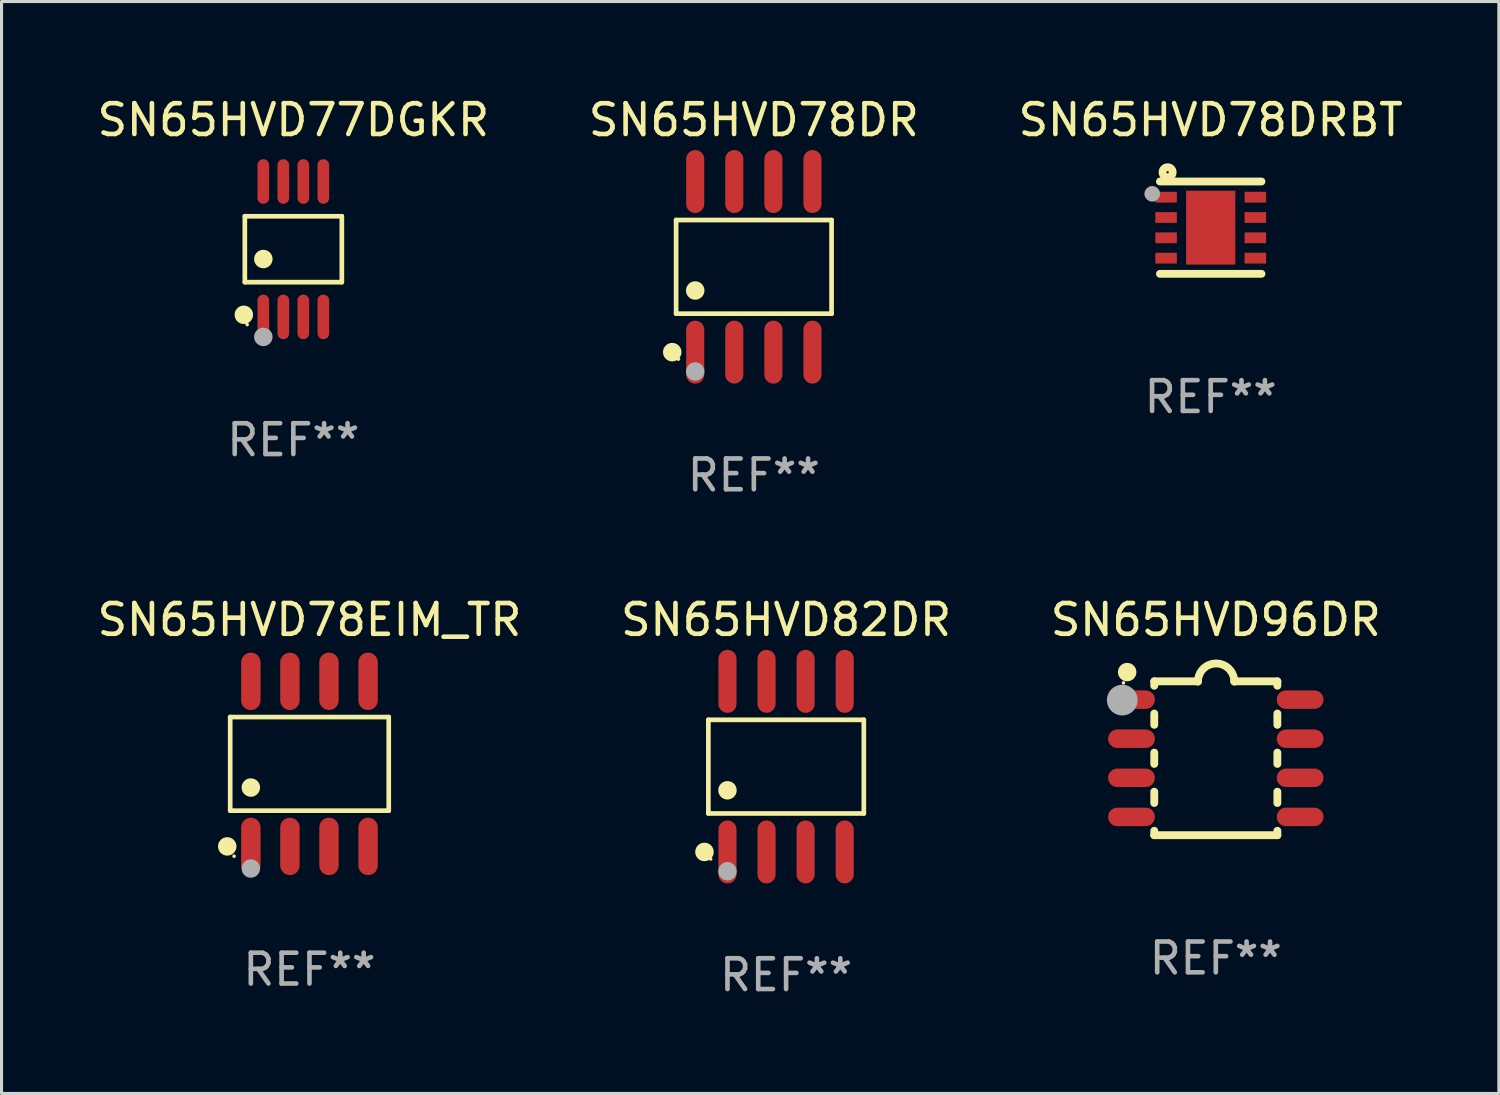
<source format=kicad_pcb>
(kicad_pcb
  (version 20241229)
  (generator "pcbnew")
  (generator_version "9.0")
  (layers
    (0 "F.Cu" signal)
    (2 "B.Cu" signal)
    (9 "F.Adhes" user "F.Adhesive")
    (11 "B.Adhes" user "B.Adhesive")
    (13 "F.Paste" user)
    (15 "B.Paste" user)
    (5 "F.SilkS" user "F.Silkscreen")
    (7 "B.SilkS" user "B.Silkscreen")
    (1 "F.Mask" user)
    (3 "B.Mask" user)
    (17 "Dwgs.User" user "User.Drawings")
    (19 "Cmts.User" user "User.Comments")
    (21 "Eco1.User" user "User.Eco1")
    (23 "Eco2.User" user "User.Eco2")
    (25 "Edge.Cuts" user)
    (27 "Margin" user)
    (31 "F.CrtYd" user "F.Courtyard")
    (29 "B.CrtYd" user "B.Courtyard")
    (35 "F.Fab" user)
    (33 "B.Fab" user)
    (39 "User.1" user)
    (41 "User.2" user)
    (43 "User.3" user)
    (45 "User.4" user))
  (footprint "SN65HVD78EIM_TR"
    (layer "F.Cu")
    (at 7.006 21.772)
    (property "Reference" "SN65HVD78EIM_TR" (at 0 -4.682 0) (layer "F.SilkS") (effects (font (size 1 1) (thickness 0.15))))
    (attr through_hole)
    (fp_line (start -2.576 -1.521) (end 2.576 -1.521) (stroke (width 0.152) (type solid)) (layer "F.SilkS"))
    (fp_line (start -2.576 1.521) (end -2.576 -1.521) (stroke (width 0.152) (type solid)) (layer "F.SilkS"))
    (fp_line (start 2.576 -1.521) (end 2.576 1.521) (stroke (width 0.152) (type solid)) (layer "F.SilkS"))
    (fp_line (start 2.576 1.521) (end -2.576 1.521) (stroke (width 0.152) (type solid)) (layer "F.SilkS"))
    (fp_circle (center -2.672 2.682) (end -2.522 2.682) (stroke (width 0.3) (type solid)) (fill no) (layer "F.SilkS"))
    (fp_circle (center -2.45 3) (end -2.42 3) (stroke (width 0.06) (type solid)) (fill no) (layer "F.SilkS"))
    (fp_circle (center -1.905 0.769) (end -1.755 0.769) (stroke (width 0.3) (type solid)) (fill no) (layer "F.SilkS"))
    (fp_circle (center -1.905 3.4) (end -1.755 3.4) (stroke (width 0.3) (type solid)) (fill no) (layer "F.Fab"))
    (fp_text user "REF**" (at 0 6.682 0) (layer "F.Fab") (effects (font (size 1 1) (thickness 0.15))))
    (pad "1" smd oval (at -1.905 2.682) (size 0.63 1.865) (layers "F.Cu" "F.Mask" "F.Paste"))
    (pad "2" smd oval (at -0.635 2.682) (size 0.63 1.865) (layers "F.Cu" "F.Mask" "F.Paste"))
    (pad "3" smd oval (at 0.635 2.682) (size 0.63 1.865) (layers "F.Cu" "F.Mask" "F.Paste"))
    (pad "4" smd oval (at 1.905 2.682) (size 0.63 1.865) (layers "F.Cu" "F.Mask" "F.Paste"))
    (pad "5" smd oval (at 1.905 -2.682) (size 0.63 1.865) (layers "F.Cu" "F.Mask" "F.Paste"))
    (pad "6" smd oval (at 0.635 -2.682) (size 0.63 1.865) (layers "F.Cu" "F.Mask" "F.Paste"))
    (pad "7" smd oval (at -0.635 -2.682) (size 0.63 1.865) (layers "F.Cu" "F.Mask" "F.Paste"))
    (pad "8" smd oval (at -1.905 -2.682) (size 0.63 1.865) (layers "F.Cu" "F.Mask" "F.Paste")))
  (footprint "SN65HVD77DGKR"
    (layer "F.Cu")
    (at 6.482 5.048)
    (property "Reference" "SN65HVD77DGKR" (at 0 -4.2 0) (layer "F.SilkS") (effects (font (size 1 1) (thickness 0.15))))
    (attr through_hole)
    (fp_line (start -1.576 -1.071) (end 1.576 -1.071) (stroke (width 0.152) (type solid)) (layer "F.SilkS"))
    (fp_line (start -1.576 1.071) (end -1.576 -1.071) (stroke (width 0.152) (type solid)) (layer "F.SilkS"))
    (fp_line (start 1.576 -1.071) (end 1.576 1.071) (stroke (width 0.152) (type solid)) (layer "F.SilkS"))
    (fp_line (start 1.576 1.071) (end -1.576 1.071) (stroke (width 0.152) (type solid)) (layer "F.SilkS"))
    (fp_circle (center -1.609 2.131) (end -1.459 2.131) (stroke (width 0.3) (type solid)) (fill no) (layer "F.SilkS"))
    (fp_circle (center -1.5 2.45) (end -1.47 2.45) (stroke (width 0.06) (type solid)) (fill no) (layer "F.SilkS"))
    (fp_circle (center -0.975 0.319) (end -0.825 0.319) (stroke (width 0.3) (type solid)) (fill no) (layer "F.SilkS"))
    (fp_circle (center -0.975 2.85) (end -0.825 2.85) (stroke (width 0.3) (type solid)) (fill no) (layer "F.Fab"))
    (fp_text user "REF**" (at 0 6.2 0) (layer "F.Fab") (effects (font (size 1 1) (thickness 0.15))))
    (pad "1" smd oval (at -0.975 2.2) (size 0.38 1.45) (layers "F.Cu" "F.Mask" "F.Paste"))
    (pad "2" smd oval (at -0.325 2.2) (size 0.38 1.45) (layers "F.Cu" "F.Mask" "F.Paste"))
    (pad "3" smd oval (at 0.325 2.2) (size 0.38 1.45) (layers "F.Cu" "F.Mask" "F.Paste"))
    (pad "4" smd oval (at 0.975 2.2) (size 0.38 1.45) (layers "F.Cu" "F.Mask" "F.Paste"))
    (pad "5" smd oval (at 0.975 -2.2) (size 0.38 1.45) (layers "F.Cu" "F.Mask" "F.Paste"))
    (pad "6" smd oval (at 0.325 -2.2) (size 0.38 1.45) (layers "F.Cu" "F.Mask" "F.Paste"))
    (pad "7" smd oval (at -0.325 -2.2) (size 0.38 1.45) (layers "F.Cu" "F.Mask" "F.Paste"))
    (pad "8" smd oval (at -0.975 -2.2) (size 0.38 1.45) (layers "F.Cu" "F.Mask" "F.Paste")))
  (footprint "SN65HVD78DR"
    (layer "F.Cu")
    (at 21.446 5.621)
    (property "Reference" "SN65HVD78DR" (at 0 -4.772 0) (layer "F.SilkS") (effects (font (size 1 1) (thickness 0.15))))
    (attr through_hole)
    (fp_line (start -2.526 -1.521) (end 2.526 -1.521) (stroke (width 0.152) (type solid)) (layer "F.SilkS"))
    (fp_line (start -2.526 1.521) (end -2.526 -1.521) (stroke (width 0.152) (type solid)) (layer "F.SilkS"))
    (fp_line (start 2.526 -1.521) (end 2.526 1.521) (stroke (width 0.152) (type solid)) (layer "F.SilkS"))
    (fp_line (start 2.526 1.521) (end -2.526 1.521) (stroke (width 0.152) (type solid)) (layer "F.SilkS"))
    (fp_circle (center -2.652 2.772) (end -2.501 2.772) (stroke (width 0.3) (type solid)) (fill no) (layer "F.SilkS"))
    (fp_circle (center -2.45 3) (end -2.42 3) (stroke (width 0.06) (type solid)) (fill no) (layer "F.SilkS"))
    (fp_circle (center -1.905 0.769) (end -1.755 0.769) (stroke (width 0.3) (type solid)) (fill no) (layer "F.SilkS"))
    (fp_circle (center -1.905 3.4) (end -1.755 3.4) (stroke (width 0.3) (type solid)) (fill no) (layer "F.Fab"))
    (fp_text user "REF**" (at 0 6.772 0) (layer "F.Fab") (effects (font (size 1 1) (thickness 0.15))))
    (pad "1" smd oval (at -1.905 2.772) (size 0.588 2.045) (layers "F.Cu" "F.Mask" "F.Paste"))
    (pad "2" smd oval (at -0.635 2.772) (size 0.588 2.045) (layers "F.Cu" "F.Mask" "F.Paste"))
    (pad "3" smd oval (at 0.635 2.772) (size 0.588 2.045) (layers "F.Cu" "F.Mask" "F.Paste"))
    (pad "4" smd oval (at 1.905 2.772) (size 0.588 2.045) (layers "F.Cu" "F.Mask" "F.Paste"))
    (pad "5" smd oval (at 1.905 -2.772) (size 0.588 2.045) (layers "F.Cu" "F.Mask" "F.Paste"))
    (pad "6" smd oval (at 0.635 -2.772) (size 0.588 2.045) (layers "F.Cu" "F.Mask" "F.Paste"))
    (pad "7" smd oval (at -0.635 -2.772) (size 0.588 2.045) (layers "F.Cu" "F.Mask" "F.Paste"))
    (pad "8" smd oval (at -1.905 -2.772) (size 0.588 2.045) (layers "F.Cu" "F.Mask" "F.Paste")))
  (footprint "SN65HVD82DR"
    (layer "F.Cu")
    (at 22.494 21.862)
    (property "Reference" "SN65HVD82DR" (at 0 -4.772 0) (layer "F.SilkS") (effects (font (size 1 1) (thickness 0.15))))
    (attr through_hole)
    (fp_line (start -2.526 -1.521) (end 2.526 -1.521) (stroke (width 0.152) (type solid)) (layer "F.SilkS"))
    (fp_line (start -2.526 1.521) (end -2.526 -1.521) (stroke (width 0.152) (type solid)) (layer "F.SilkS"))
    (fp_line (start 2.526 -1.521) (end 2.526 1.521) (stroke (width 0.152) (type solid)) (layer "F.SilkS"))
    (fp_line (start 2.526 1.521) (end -2.526 1.521) (stroke (width 0.152) (type solid)) (layer "F.SilkS"))
    (fp_circle (center -2.652 2.772) (end -2.501 2.772) (stroke (width 0.3) (type solid)) (fill no) (layer "F.SilkS"))
    (fp_circle (center -2.45 3) (end -2.42 3) (stroke (width 0.06) (type solid)) (fill no) (layer "F.SilkS"))
    (fp_circle (center -1.905 0.769) (end -1.755 0.769) (stroke (width 0.3) (type solid)) (fill no) (layer "F.SilkS"))
    (fp_circle (center -1.905 3.4) (end -1.755 3.4) (stroke (width 0.3) (type solid)) (fill no) (layer "F.Fab"))
    (fp_text user "REF**" (at 0 6.772 0) (layer "F.Fab") (effects (font (size 1 1) (thickness 0.15))))
    (pad "1" smd oval (at -1.905 2.772) (size 0.588 2.045) (layers "F.Cu" "F.Mask" "F.Paste"))
    (pad "2" smd oval (at -0.635 2.772) (size 0.588 2.045) (layers "F.Cu" "F.Mask" "F.Paste"))
    (pad "3" smd oval (at 0.635 2.772) (size 0.588 2.045) (layers "F.Cu" "F.Mask" "F.Paste"))
    (pad "4" smd oval (at 1.905 2.772) (size 0.588 2.045) (layers "F.Cu" "F.Mask" "F.Paste"))
    (pad "5" smd oval (at 1.905 -2.772) (size 0.588 2.045) (layers "F.Cu" "F.Mask" "F.Paste"))
    (pad "6" smd oval (at 0.635 -2.772) (size 0.588 2.045) (layers "F.Cu" "F.Mask" "F.Paste"))
    (pad "7" smd oval (at -0.635 -2.772) (size 0.588 2.045) (layers "F.Cu" "F.Mask" "F.Paste"))
    (pad "8" smd oval (at -1.905 -2.772) (size 0.588 2.045) (layers "F.Cu" "F.Mask" "F.Paste")))
  (footprint "SN65HVD78DRBT"
    (layer "F.Cu")
    (at 36.292 4.348)
    (property "Reference" "SN65HVD78DRBT" (at 0 -3.5 0) (layer "F.SilkS") (effects (font (size 1 1) (thickness 0.15))))
    (attr through_hole)
    (fp_line (start -1.65 -1.5) (end 1.65 -1.5) (stroke (width 0.254) (type solid)) (layer "F.SilkS"))
    (fp_line (start -1.65 1.5) (end 1.65 1.5) (stroke (width 0.254) (type solid)) (layer "F.SilkS"))
    (fp_circle (center -1.5 -1.5) (end -1.47 -1.5) (stroke (width 0.06) (type solid)) (fill no) (layer "F.SilkS"))
    (fp_circle (center -1.4 -1.8) (end -1.235 -1.8) (stroke (width 0.254) (type solid)) (fill no) (layer "F.SilkS"))
    (fp_circle (center -1.9 -1.1) (end -1.773 -1.1) (stroke (width 0.254) (type solid)) (fill no) (layer "F.Fab"))
    (fp_text user "REF**" (at 0 5.5 0) (layer "F.Fab") (effects (font (size 1 1) (thickness 0.15))))
    (pad "1" smd rect (at -1.45 -0.99 180) (size 0.7 0.35) (layers "F.Cu" "F.Mask" "F.Paste"))
    (pad "2" smd rect (at -1.45 -0.33 180) (size 0.7 0.35) (layers "F.Cu" "F.Mask" "F.Paste"))
    (pad "3" smd rect (at -1.45 0.33 180) (size 0.7 0.35) (layers "F.Cu" "F.Mask" "F.Paste"))
    (pad "4" smd rect (at -1.45 0.99 180) (size 0.7 0.35) (layers "F.Cu" "F.Mask" "F.Paste"))
    (pad "5" smd rect (at 1.45 0.99 180) (size 0.7 0.35) (layers "F.Cu" "F.Mask" "F.Paste"))
    (pad "6" smd rect (at 1.45 0.33 180) (size 0.7 0.35) (layers "F.Cu" "F.Mask" "F.Paste"))
    (pad "7" smd rect (at 1.45 -0.33 180) (size 0.7 0.35) (layers "F.Cu" "F.Mask" "F.Paste"))
    (pad "8" smd rect (at 1.45 -0.99 180) (size 0.7 0.35) (layers "F.Cu" "F.Mask" "F.Paste"))
    (pad "9" smd rect (at 0 -0.000394 90) (size 2.4 1.6) (layers "F.Cu" "F.Mask" "F.Paste")))
  (footprint "SN65HVD96DR"
    (layer "F.Cu")
    (at 36.458 21.59)
    (property "Reference" "SN65HVD96DR" (at 0 -4.5 0) (layer "F.SilkS") (effects (font (size 1 1) (thickness 0.15))))
    (attr through_hole)
    (fp_line (start -2 -2.5) (end -2 -2.356) (stroke (width 0.254) (type solid)) (layer "F.SilkS"))
    (fp_line (start -2 -1.454) (end -2 -1.086) (stroke (width 0.254) (type solid)) (layer "F.SilkS"))
    (fp_line (start -2 -0.184) (end -2 0.184) (stroke (width 0.254) (type solid)) (layer "F.SilkS"))
    (fp_line (start -2 1.086) (end -2 1.454) (stroke (width 0.254) (type solid)) (layer "F.SilkS"))
    (fp_line (start -2 2.356) (end -2 2.5) (stroke (width 0.254) (type solid)) (layer "F.SilkS"))
    (fp_line (start -0.58 -2.5) (end -2 -2.5) (stroke (width 0.254) (type solid)) (layer "F.SilkS"))
    (fp_line (start 2 -2.5) (end 0.6 -2.5) (stroke (width 0.254) (type solid)) (layer "F.SilkS"))
    (fp_line (start 2 -2.5) (end 2 -2.356) (stroke (width 0.254) (type solid)) (layer "F.SilkS"))
    (fp_line (start 2 -1.454) (end 2 -1.086) (stroke (width 0.254) (type solid)) (layer "F.SilkS"))
    (fp_line (start 2 -0.184) (end 2 0.184) (stroke (width 0.254) (type solid)) (layer "F.SilkS"))
    (fp_line (start 2 1.086) (end 2 1.454) (stroke (width 0.254) (type solid)) (layer "F.SilkS"))
    (fp_line (start 2 2.356) (end 2 2.5) (stroke (width 0.254) (type solid)) (layer "F.SilkS"))
    (fp_line (start 2 2.5) (end -2 2.5) (stroke (width 0.254) (type solid)) (layer "F.SilkS"))
    (fp_arc (start -0.579908 -2.489992) (mid 0.010097 -3.07831) (end 0.600102 -2.489992) (stroke (width 0.254001) (type solid)) (layer "F.SilkS"))
    (fp_circle (center -3 -2.45) (end -2.97 -2.45) (stroke (width 0.06) (type solid)) (fill no) (layer "F.SilkS"))
    (fp_circle (center -2.88 -2.8) (end -2.73 -2.8) (stroke (width 0.3) (type solid)) (fill no) (layer "F.SilkS"))
    (fp_circle (center -3.04 -1.89) (end -2.79 -1.89) (stroke (width 0.5) (type solid)) (fill no) (layer "F.Fab"))
    (fp_text user "REF**" (at 0 6.5 0) (layer "F.Fab") (effects (font (size 1 1) (thickness 0.15))))
    (pad "1" smd oval (at -2.74 -1.905 90) (size 0.6 1.52) (layers "F.Cu" "F.Mask" "F.Paste"))
    (pad "2" smd oval (at -2.74 -0.635 90) (size 0.6 1.52) (layers "F.Cu" "F.Mask" "F.Paste"))
    (pad "3" smd oval (at -2.74 0.635 90) (size 0.6 1.52) (layers "F.Cu" "F.Mask" "F.Paste"))
    (pad "4" smd oval (at -2.74 1.905 90) (size 0.6 1.52) (layers "F.Cu" "F.Mask" "F.Paste"))
    (pad "5" smd oval (at 2.74 1.905 90) (size 0.6 1.52) (layers "F.Cu" "F.Mask" "F.Paste"))
    (pad "6" smd oval (at 2.74 0.635 90) (size 0.6 1.52) (layers "F.Cu" "F.Mask" "F.Paste"))
    (pad "7" smd oval (at 2.74 -0.635 90) (size 0.6 1.52) (layers "F.Cu" "F.Mask" "F.Paste"))
    (pad "8" smd oval (at 2.74 -1.905 90) (size 0.6 1.52) (layers "F.Cu" "F.Mask" "F.Paste")))
  (gr_rect
    (start -3 -3)
    (end 45.655 32.483)
    (stroke (width 0.1) (type default))
    (fill no)
    (layer "Edge.Cuts")))
</source>
